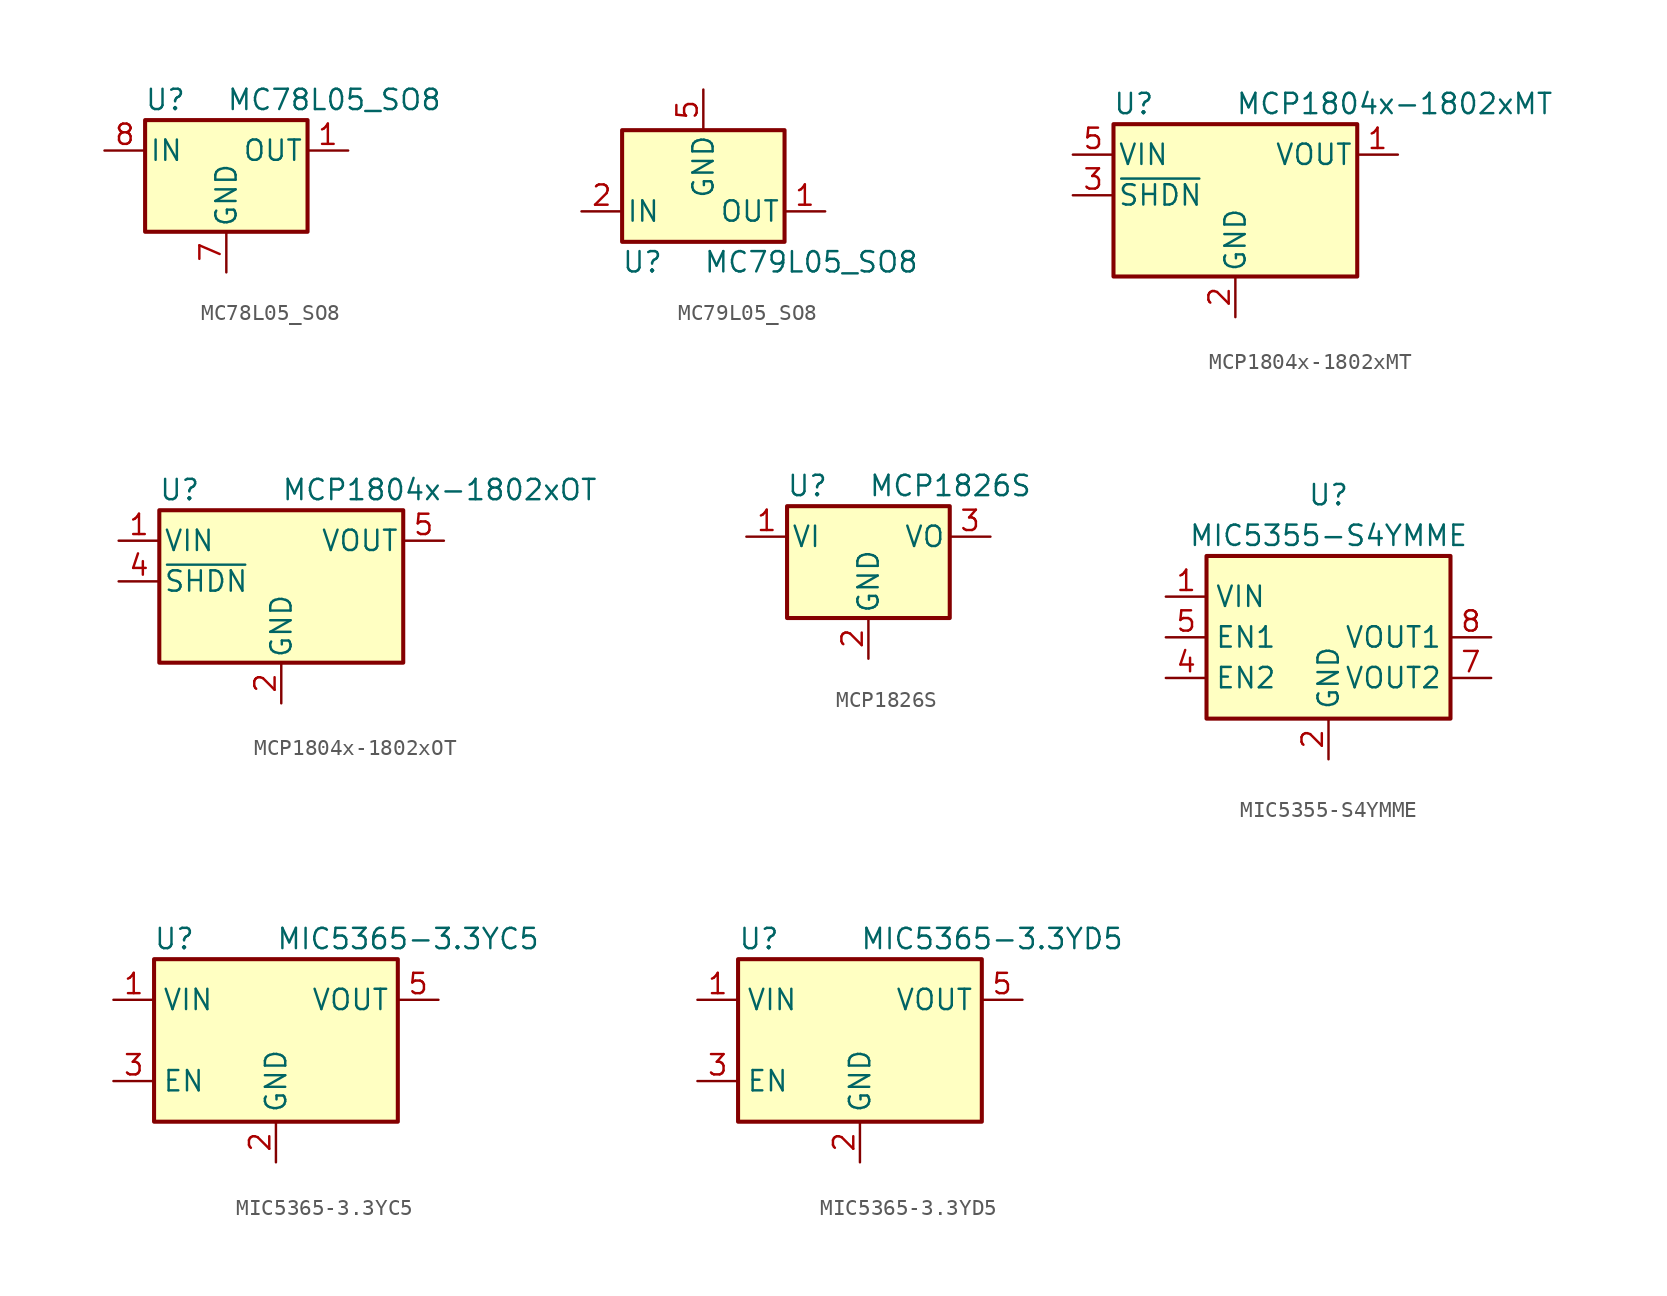
<source format=kicad_sym>
(kicad_symbol_lib
  (version 20200908)
  (generator kicad_symbol_editor)
  (symbol "Regulator_Linear:MC78L05_SO8"
    (pin_names
      (offset 0.254))
    (property "Reference" "U"
      (at -3.81 3.175 0)
      (effects (font (size 1.27 1.27))))
    (property "Value" "MC78L05_SO8"
      (at 0 3.175 0)
      (effects (font (size 1.27 1.27)) (justify left)))
    (symbol "MC78L05_SO8_0_1"
      (rectangle (start -5.08 1.905) (end 5.08 -5.08) (stroke (width 0.254)) (fill (type background))))
    (symbol "MC78L05_SO8_1_1"
      (pin power_out line (at 7.62 0 180) (length 2.54) (name "OUT" (effects (font (size 1.27 1.27)))) (number "1" (effects (font (size 1.27 1.27)))))
      (pin passive line (at 0 -7.62 90) (length 2.54) hide (name "GND" (effects (font (size 1.27 1.27)))) (number "2" (effects (font (size 1.27 1.27)))))
      (pin passive line (at 0 -7.62 90) (length 2.54) hide (name "GND" (effects (font (size 1.27 1.27)))) (number "3" (effects (font (size 1.27 1.27)))))
      (pin unconnected line (at -7.62 -2.54 0) (length 2.54) hide (name "NC" (effects (font (size 1.27 1.27)))) (number "4" (effects (font (size 1.27 1.27)))))
      (pin unconnected line (at 7.62 -2.54 180) (length 2.54) hide (name "NC" (effects (font (size 1.27 1.27)))) (number "5" (effects (font (size 1.27 1.27)))))
      (pin passive line (at 0 -7.62 90) (length 2.54) hide (name "GND" (effects (font (size 1.27 1.27)))) (number "6" (effects (font (size 1.27 1.27)))))
      (pin power_in line (at 0 -7.62 90) (length 2.54) (name "GND" (effects (font (size 1.27 1.27)))) (number "7" (effects (font (size 1.27 1.27)))))
      (pin power_in line (at -7.62 0 0) (length 2.54) (name "IN" (effects (font (size 1.27 1.27)))) (number "8" (effects (font (size 1.27 1.27)))))))
  (symbol "Regulator_Linear:MC79L05_SO8"
    (pin_names
      (offset 0.254))
    (property "Reference" "U"
      (at -3.81 -3.175 0)
      (effects (font (size 1.27 1.27))))
    (property "Value" "MC79L05_SO8"
      (at 0 -3.175 0)
      (effects (font (size 1.27 1.27)) (justify left)))
    (symbol "MC79L05_SO8_0_1"
      (rectangle (start -5.08 5.08) (end 5.08 -1.905) (stroke (width 0.254)) (fill (type background))))
    (symbol "MC79L05_SO8_1_1"
      (pin power_out line (at 7.62 0 180) (length 2.54) (name "OUT" (effects (font (size 1.27 1.27)))) (number "1" (effects (font (size 1.27 1.27)))))
      (pin power_in line (at -7.62 0 0) (length 2.54) (name "IN" (effects (font (size 1.27 1.27)))) (number "2" (effects (font (size 1.27 1.27)))))
      (pin passive line (at -7.62 0 0) (length 2.54) hide (name "IN" (effects (font (size 1.27 1.27)))) (number "3" (effects (font (size 1.27 1.27)))))
      (pin unconnected line (at 7.62 2.54 180) (length 2.54) hide (name "NC" (effects (font (size 1.27 1.27)))) (number "4" (effects (font (size 1.27 1.27)))))
      (pin power_in line (at 0 7.62 270) (length 2.54) (name "GND" (effects (font (size 1.27 1.27)))) (number "5" (effects (font (size 1.27 1.27)))))
      (pin passive line (at -7.62 0 0) (length 2.54) hide (name "IN" (effects (font (size 1.27 1.27)))) (number "6" (effects (font (size 1.27 1.27)))))
      (pin passive line (at -7.62 0 0) (length 2.54) hide (name "IN" (effects (font (size 1.27 1.27)))) (number "7" (effects (font (size 1.27 1.27)))))
      (pin unconnected line (at -7.62 2.54 0) (length 2.54) hide (name "NC" (effects (font (size 1.27 1.27)))) (number "8" (effects (font (size 1.27 1.27)))))))
  (symbol "Regulator_Linear:MCP1804x-1802xMT"
    (pin_names
      (offset 0.254))
    (property "Reference" "U"
      (at -6.35 5.715 0)
      (effects (font (size 1.27 1.27))))
    (property "Value" "MCP1804x-1802xMT"
      (at 0 5.715 0)
      (effects (font (size 1.27 1.27)) (justify left)))
    (symbol "MCP1804x-1802xMT_0_1"
      (rectangle (start -7.62 -5.08) (end 7.62 4.445) (stroke (width 0.254)) (fill (type background))))
    (symbol "MCP1804x-1802xMT_1_1"
      (pin power_out line (at 10.16 2.54 180) (length 2.54) (name "VOUT" (effects (font (size 1.27 1.27)))) (number "1" (effects (font (size 1.27 1.27)))))
      (pin power_in line (at 0 -7.62 90) (length 2.54) (name "GND" (effects (font (size 1.27 1.27)))) (number "2" (effects (font (size 1.27 1.27)))))
      (pin input line (at -10.16 0 0) (length 2.54) (name "~SHDN" (effects (font (size 1.27 1.27)))) (number "3" (effects (font (size 1.27 1.27)))))
      (pin unconnected line (at 7.62 0 180) (length 2.54) hide (name "NC" (effects (font (size 1.27 1.27)))) (number "4" (effects (font (size 1.27 1.27)))))
      (pin power_in line (at -10.16 2.54 0) (length 2.54) (name "VIN" (effects (font (size 1.27 1.27)))) (number "5" (effects (font (size 1.27 1.27)))))))
  (symbol "Regulator_Linear:MCP1804x-1802xOT"
    (pin_names
      (offset 0.254))
    (property "Reference" "U"
      (at -6.35 5.715 0)
      (effects (font (size 1.27 1.27))))
    (property "Value" "MCP1804x-1802xOT"
      (at 0 5.715 0)
      (effects (font (size 1.27 1.27)) (justify left)))
    (symbol "MCP1804x-1802xOT_0_1"
      (rectangle (start -7.62 -5.08) (end 7.62 4.445) (stroke (width 0.254)) (fill (type background))))
    (symbol "MCP1804x-1802xOT_1_1"
      (pin power_in line (at -10.16 2.54 0) (length 2.54) (name "VIN" (effects (font (size 1.27 1.27)))) (number "1" (effects (font (size 1.27 1.27)))))
      (pin power_in line (at 0 -7.62 90) (length 2.54) (name "GND" (effects (font (size 1.27 1.27)))) (number "2" (effects (font (size 1.27 1.27)))))
      (pin unconnected line (at 7.62 0 180) (length 2.54) hide (name "NC" (effects (font (size 1.27 1.27)))) (number "3" (effects (font (size 1.27 1.27)))))
      (pin input line (at -10.16 0 0) (length 2.54) (name "~SHDN" (effects (font (size 1.27 1.27)))) (number "4" (effects (font (size 1.27 1.27)))))
      (pin power_out line (at 10.16 2.54 180) (length 2.54) (name "VOUT" (effects (font (size 1.27 1.27)))) (number "5" (effects (font (size 1.27 1.27)))))))
  (symbol "Regulator_Linear:MCP1826S"
    (pin_names
      (offset 0.254))
    (property "Reference" "U"
      (at -3.81 3.175 0)
      (effects (font (size 1.27 1.27))))
    (property "Value" "MCP1826S"
      (at 0 3.175 0)
      (effects (font (size 1.27 1.27)) (justify left)))
    (symbol "MCP1826S_0_1"
      (rectangle (start -5.08 1.905) (end 5.08 -5.08) (stroke (width 0.254)) (fill (type background))))
    (symbol "MCP1826S_1_1"
      (pin power_in line (at -7.62 0 0) (length 2.54) (name "VI" (effects (font (size 1.27 1.27)))) (number "1" (effects (font (size 1.27 1.27)))))
      (pin power_in line (at 0 -7.62 90) (length 2.54) (name "GND" (effects (font (size 1.27 1.27)))) (number "2" (effects (font (size 1.27 1.27)))))
      (pin power_out line (at 7.62 0 180) (length 2.54) (name "VO" (effects (font (size 1.27 1.27)))) (number "3" (effects (font (size 1.27 1.27)))))))
  (symbol "Regulator_Linear:MIC5355-S4YMME"
    (property "Reference" "U"
      (at 0 8.89 0)
      (effects (font (size 1.27 1.27))))
    (property "Value" "MIC5355-S4YMME"
      (at 0 6.35 0)
      (effects (font (size 1.27 1.27))))
    (symbol "MIC5355-S4YMME_0_1"
      (rectangle (start -7.62 5.08) (end 7.62 -5.08) (stroke (width 0.254)) (fill (type background))))
    (symbol "MIC5355-S4YMME_1_1"
      (pin power_in line (at -10.16 2.54 0) (length 2.54) (name "VIN" (effects (font (size 1.27 1.27)))) (number "1" (effects (font (size 1.27 1.27)))))
      (pin power_in line (at 0 -7.62 90) (length 2.54) (name "GND" (effects (font (size 1.27 1.27)))) (number "2" (effects (font (size 1.27 1.27)))))
      (pin unconnected line (at 0 5.08 270) (length 2.54) hide (name "NC" (effects (font (size 1.27 1.27)))) (number "3" (effects (font (size 1.27 1.27)))))
      (pin input line (at -10.16 -2.54 0) (length 2.54) (name "EN2" (effects (font (size 1.27 1.27)))) (number "4" (effects (font (size 1.27 1.27)))))
      (pin input line (at -10.16 0 0) (length 2.54) (name "EN1" (effects (font (size 1.27 1.27)))) (number "5" (effects (font (size 1.27 1.27)))))
      (pin unconnected line (at 7.62 2.54 180) (length 2.54) hide (name "NC" (effects (font (size 1.27 1.27)))) (number "6" (effects (font (size 1.27 1.27)))))
      (pin power_out line (at 10.16 -2.54 180) (length 2.54) (name "VOUT2" (effects (font (size 1.27 1.27)))) (number "7" (effects (font (size 1.27 1.27)))))
      (pin power_out line (at 10.16 0 180) (length 2.54) (name "VOUT1" (effects (font (size 1.27 1.27)))) (number "8" (effects (font (size 1.27 1.27)))))
      (pin passive line (at 0 -7.62 90) (length 2.54) hide (name "GND" (effects (font (size 1.27 1.27)))) (number "9" (effects (font (size 1.27 1.27)))))))
  (symbol "Regulator_Linear:MIC5365-3.3YC5"
    (property "Reference" "U"
      (at -6.35 6.35 0)
      (effects (font (size 1.27 1.27))))
    (property "Value" "MIC5365-3.3YC5"
      (at 0 6.35 0)
      (effects (font (size 1.27 1.27)) (justify left)))
    (symbol "MIC5365-3.3YC5_0_1"
      (rectangle (start -7.62 -5.08) (end 7.62 5.08) (stroke (width 0.254)) (fill (type background))))
    (symbol "MIC5365-3.3YC5_1_1"
      (pin power_in line (at -10.16 2.54 0) (length 2.54) (name "VIN" (effects (font (size 1.27 1.27)))) (number "1" (effects (font (size 1.27 1.27)))))
      (pin power_in line (at 0 -7.62 90) (length 2.54) (name "GND" (effects (font (size 1.27 1.27)))) (number "2" (effects (font (size 1.27 1.27)))))
      (pin input line (at -10.16 -2.54 0) (length 2.54) (name "EN" (effects (font (size 1.27 1.27)))) (number "3" (effects (font (size 1.27 1.27)))))
      (pin unconnected line (at 7.62 -2.54 180) (length 2.54) hide (name "NC" (effects (font (size 1.27 1.27)))) (number "4" (effects (font (size 1.27 1.27)))))
      (pin power_out line (at 10.16 2.54 180) (length 2.54) (name "VOUT" (effects (font (size 1.27 1.27)))) (number "5" (effects (font (size 1.27 1.27)))))))
  (symbol "Regulator_Linear:MIC5365-3.3YD5"
    (property "Reference" "U"
      (at -7.62 6.35 0)
      (effects (font (size 1.27 1.27)) (justify left)))
    (property "Value" "MIC5365-3.3YD5"
      (at 0 6.35 0)
      (effects (font (size 1.27 1.27)) (justify left)))
    (symbol "MIC5365-3.3YD5_0_1"
      (rectangle (start -7.62 -5.08) (end 7.62 5.08) (stroke (width 0.254)) (fill (type background))))
    (symbol "MIC5365-3.3YD5_1_1"
      (pin power_in line (at -10.16 2.54 0) (length 2.54) (name "VIN" (effects (font (size 1.27 1.27)))) (number "1" (effects (font (size 1.27 1.27)))))
      (pin power_in line (at 0 -7.62 90) (length 2.54) (name "GND" (effects (font (size 1.27 1.27)))) (number "2" (effects (font (size 1.27 1.27)))))
      (pin input line (at -10.16 -2.54 0) (length 2.54) (name "EN" (effects (font (size 1.27 1.27)))) (number "3" (effects (font (size 1.27 1.27)))))
      (pin unconnected line (at 7.62 -2.54 180) (length 2.54) hide (name "NC" (effects (font (size 1.27 1.27)))) (number "4" (effects (font (size 1.27 1.27)))))
      (pin power_out line (at 10.16 2.54 180) (length 2.54) (name "VOUT" (effects (font (size 1.27 1.27)))) (number "5" (effects (font (size 1.27 1.27))))))))
</source>
